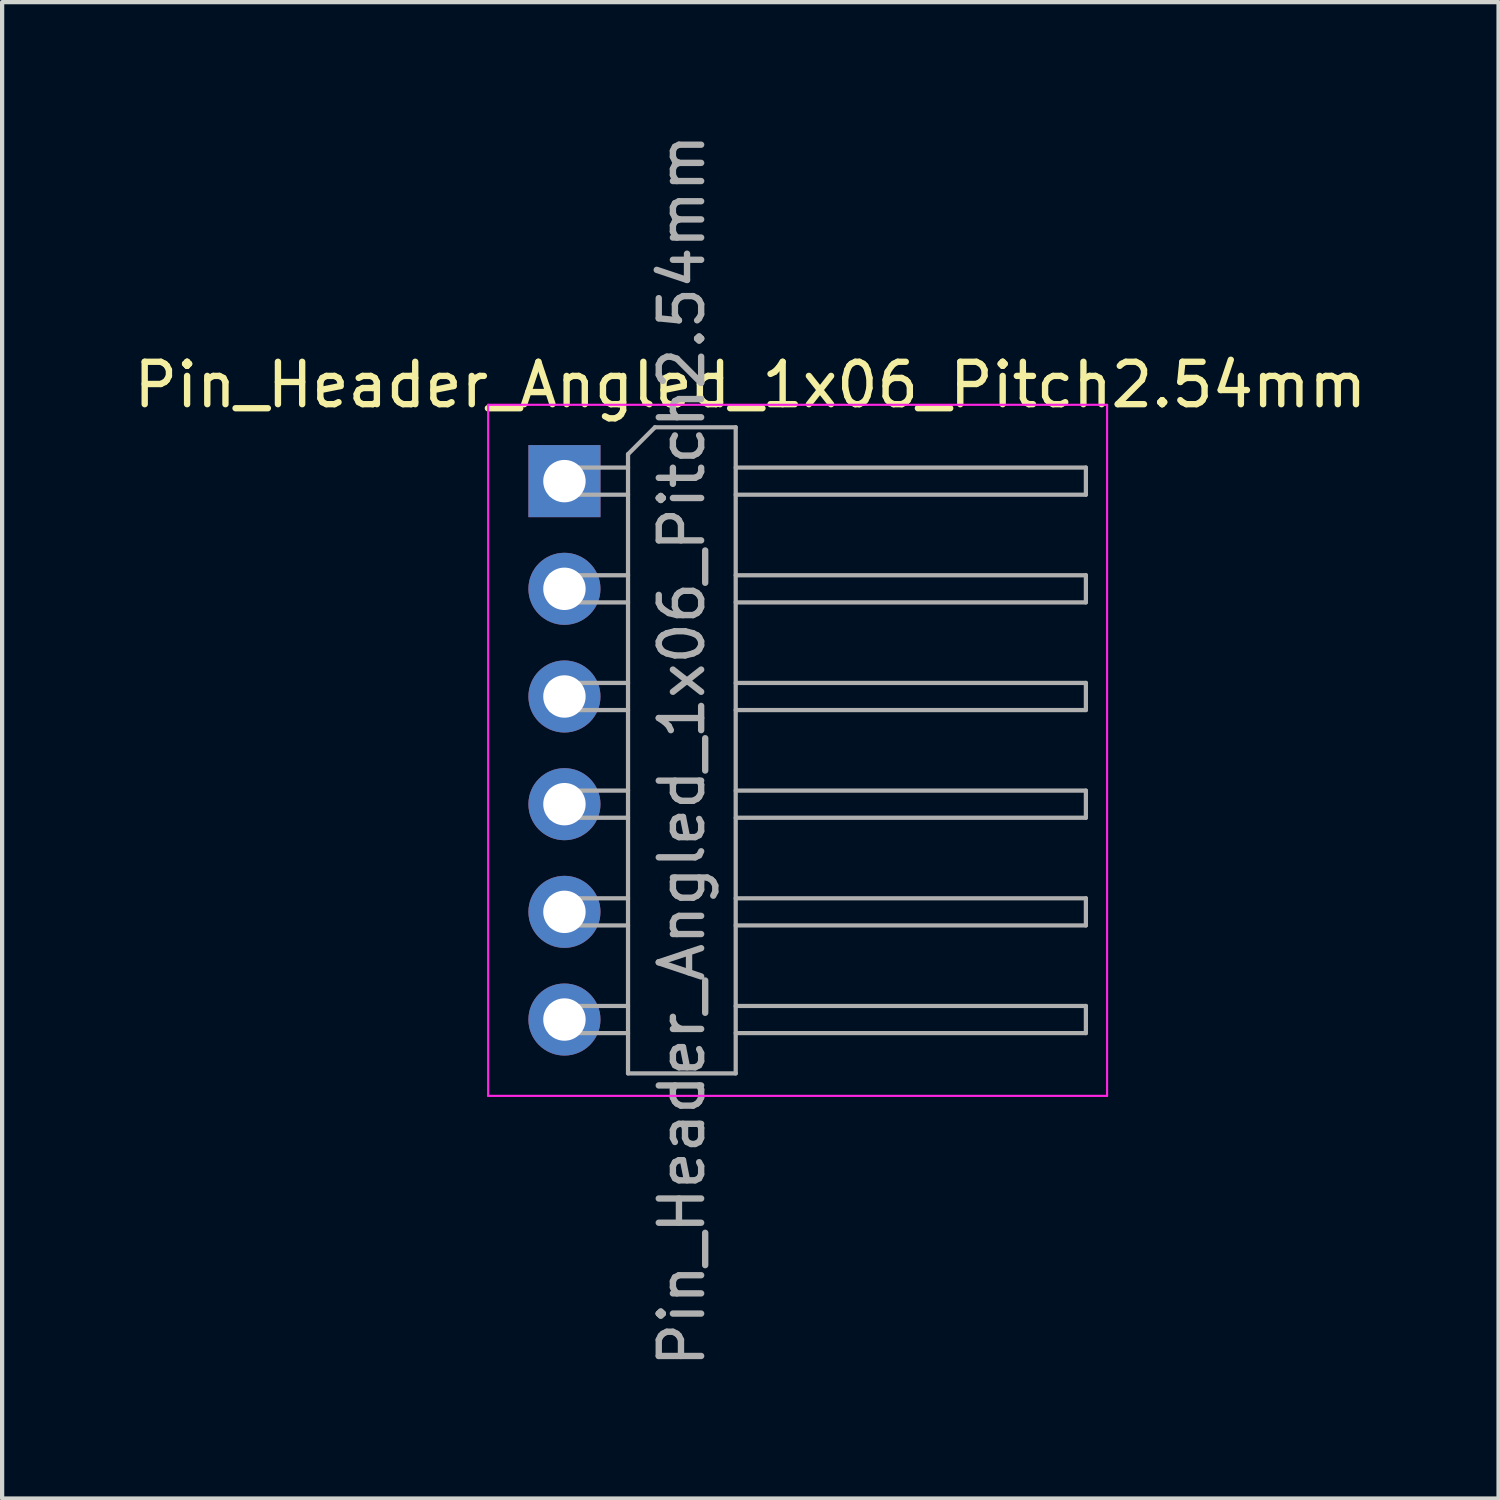
<source format=kicad_pcb>
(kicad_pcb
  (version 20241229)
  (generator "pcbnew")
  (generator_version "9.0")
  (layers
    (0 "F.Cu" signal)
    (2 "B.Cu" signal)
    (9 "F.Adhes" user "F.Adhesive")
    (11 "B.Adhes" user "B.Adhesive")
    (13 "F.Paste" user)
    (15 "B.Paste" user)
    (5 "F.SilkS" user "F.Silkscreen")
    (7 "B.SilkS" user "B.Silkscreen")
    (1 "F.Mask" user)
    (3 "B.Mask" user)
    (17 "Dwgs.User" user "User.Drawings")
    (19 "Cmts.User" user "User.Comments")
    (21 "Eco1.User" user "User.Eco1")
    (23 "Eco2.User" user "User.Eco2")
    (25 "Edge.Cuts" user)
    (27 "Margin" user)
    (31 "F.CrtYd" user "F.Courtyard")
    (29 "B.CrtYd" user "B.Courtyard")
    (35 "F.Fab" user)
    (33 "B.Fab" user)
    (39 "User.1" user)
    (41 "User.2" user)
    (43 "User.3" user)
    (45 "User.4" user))
  (footprint "Pin_Header_Angled_1x06_Pitch2.54mm"
    (layer "F.Cu")
    (at 10.264 8.299)
    (property "Reference" "Pin_Header_Angled_1x06_Pitch2.54mm" (at 4.385 -2.27 0) (layer "F.SilkS") (effects (font (size 1 1) (thickness 0.15))))
    (attr through_hole)
    (fp_line (start -1.8 -1.8) (end -1.8 14.5) (stroke (width 0.05) (type solid)) (layer "F.CrtYd"))
    (fp_line (start -1.8 14.5) (end 12.8 14.5) (stroke (width 0.05) (type solid)) (layer "F.CrtYd"))
    (fp_line (start 12.8 -1.8) (end -1.8 -1.8) (stroke (width 0.05) (type solid)) (layer "F.CrtYd"))
    (fp_line (start 12.8 14.5) (end 12.8 -1.8) (stroke (width 0.05) (type solid)) (layer "F.CrtYd"))
    (fp_line (start -0.32 -0.32) (end -0.32 0.32) (stroke (width 0.1) (type solid)) (layer "F.Fab"))
    (fp_line (start -0.32 -0.32) (end 1.5 -0.32) (stroke (width 0.1) (type solid)) (layer "F.Fab"))
    (fp_line (start -0.32 0.32) (end 1.5 0.32) (stroke (width 0.1) (type solid)) (layer "F.Fab"))
    (fp_line (start -0.32 2.22) (end -0.32 2.86) (stroke (width 0.1) (type solid)) (layer "F.Fab"))
    (fp_line (start -0.32 2.22) (end 1.5 2.22) (stroke (width 0.1) (type solid)) (layer "F.Fab"))
    (fp_line (start -0.32 2.86) (end 1.5 2.86) (stroke (width 0.1) (type solid)) (layer "F.Fab"))
    (fp_line (start -0.32 4.76) (end -0.32 5.4) (stroke (width 0.1) (type solid)) (layer "F.Fab"))
    (fp_line (start -0.32 4.76) (end 1.5 4.76) (stroke (width 0.1) (type solid)) (layer "F.Fab"))
    (fp_line (start -0.32 5.4) (end 1.5 5.4) (stroke (width 0.1) (type solid)) (layer "F.Fab"))
    (fp_line (start -0.32 7.3) (end -0.32 7.94) (stroke (width 0.1) (type solid)) (layer "F.Fab"))
    (fp_line (start -0.32 7.3) (end 1.5 7.3) (stroke (width 0.1) (type solid)) (layer "F.Fab"))
    (fp_line (start -0.32 7.94) (end 1.5 7.94) (stroke (width 0.1) (type solid)) (layer "F.Fab"))
    (fp_line (start -0.32 9.84) (end -0.32 10.48) (stroke (width 0.1) (type solid)) (layer "F.Fab"))
    (fp_line (start -0.32 9.84) (end 1.5 9.84) (stroke (width 0.1) (type solid)) (layer "F.Fab"))
    (fp_line (start -0.32 10.48) (end 1.5 10.48) (stroke (width 0.1) (type solid)) (layer "F.Fab"))
    (fp_line (start -0.32 12.38) (end -0.32 13.02) (stroke (width 0.1) (type solid)) (layer "F.Fab"))
    (fp_line (start -0.32 12.38) (end 1.5 12.38) (stroke (width 0.1) (type solid)) (layer "F.Fab"))
    (fp_line (start -0.32 13.02) (end 1.5 13.02) (stroke (width 0.1) (type solid)) (layer "F.Fab"))
    (fp_line (start 1.5 -0.635) (end 2.135 -1.27) (stroke (width 0.1) (type solid)) (layer "F.Fab"))
    (fp_line (start 1.5 13.97) (end 1.5 -0.635) (stroke (width 0.1) (type solid)) (layer "F.Fab"))
    (fp_line (start 2.135 -1.27) (end 4.04 -1.27) (stroke (width 0.1) (type solid)) (layer "F.Fab"))
    (fp_line (start 4.04 -1.27) (end 4.04 13.97) (stroke (width 0.1) (type solid)) (layer "F.Fab"))
    (fp_line (start 4.04 -0.32) (end 12.3 -0.32) (stroke (width 0.1) (type solid)) (layer "F.Fab"))
    (fp_line (start 4.04 0.32) (end 12.3 0.32) (stroke (width 0.1) (type solid)) (layer "F.Fab"))
    (fp_line (start 4.04 2.22) (end 12.3 2.22) (stroke (width 0.1) (type solid)) (layer "F.Fab"))
    (fp_line (start 4.04 2.86) (end 12.3 2.86) (stroke (width 0.1) (type solid)) (layer "F.Fab"))
    (fp_line (start 4.04 4.76) (end 12.3 4.76) (stroke (width 0.1) (type solid)) (layer "F.Fab"))
    (fp_line (start 4.04 5.4) (end 12.3 5.4) (stroke (width 0.1) (type solid)) (layer "F.Fab"))
    (fp_line (start 4.04 7.3) (end 12.3 7.3) (stroke (width 0.1) (type solid)) (layer "F.Fab"))
    (fp_line (start 4.04 7.94) (end 12.3 7.94) (stroke (width 0.1) (type solid)) (layer "F.Fab"))
    (fp_line (start 4.04 9.84) (end 12.3 9.84) (stroke (width 0.1) (type solid)) (layer "F.Fab"))
    (fp_line (start 4.04 10.48) (end 12.3 10.48) (stroke (width 0.1) (type solid)) (layer "F.Fab"))
    (fp_line (start 4.04 12.38) (end 12.3 12.38) (stroke (width 0.1) (type solid)) (layer "F.Fab"))
    (fp_line (start 4.04 13.02) (end 12.3 13.02) (stroke (width 0.1) (type solid)) (layer "F.Fab"))
    (fp_line (start 4.04 13.97) (end 1.5 13.97) (stroke (width 0.1) (type solid)) (layer "F.Fab"))
    (fp_line (start 12.3 -0.32) (end 12.3 0.32) (stroke (width 0.1) (type solid)) (layer "F.Fab"))
    (fp_line (start 12.3 2.22) (end 12.3 2.86) (stroke (width 0.1) (type solid)) (layer "F.Fab"))
    (fp_line (start 12.3 4.76) (end 12.3 5.4) (stroke (width 0.1) (type solid)) (layer "F.Fab"))
    (fp_line (start 12.3 7.3) (end 12.3 7.94) (stroke (width 0.1) (type solid)) (layer "F.Fab"))
    (fp_line (start 12.3 9.84) (end 12.3 10.48) (stroke (width 0.1) (type solid)) (layer "F.Fab"))
    (fp_line (start 12.3 12.38) (end 12.3 13.02) (stroke (width 0.1) (type solid)) (layer "F.Fab"))
    (fp_text user "${REFERENCE}" (at 2.77 6.35 90) (layer "F.Fab") (effects (font (size 1 1) (thickness 0.15))))
    (pad "1" thru_hole rect (at 0 0) (size 1.7 1.7) (drill 1) (layers "*.Cu" "*.Mask"))
    (pad "2" thru_hole oval (at 0 2.54) (size 1.7 1.7) (drill 1) (layers "*.Cu" "*.Mask"))
    (pad "3" thru_hole oval (at 0 5.08) (size 1.7 1.7) (drill 1) (layers "*.Cu" "*.Mask"))
    (pad "4" thru_hole oval (at 0 7.62) (size 1.7 1.7) (drill 1) (layers "*.Cu" "*.Mask"))
    (pad "5" thru_hole oval (at 0 10.16) (size 1.7 1.7) (drill 1) (layers "*.Cu" "*.Mask"))
    (pad "6" thru_hole oval (at 0 12.7) (size 1.7 1.7) (drill 1) (layers "*.Cu" "*.Mask")))
  (gr_rect
    (start -3 -3)
    (end 32.298 32.298)
    (stroke (width 0.1) (type default))
    (fill no)
    (layer "Edge.Cuts")))
</source>
